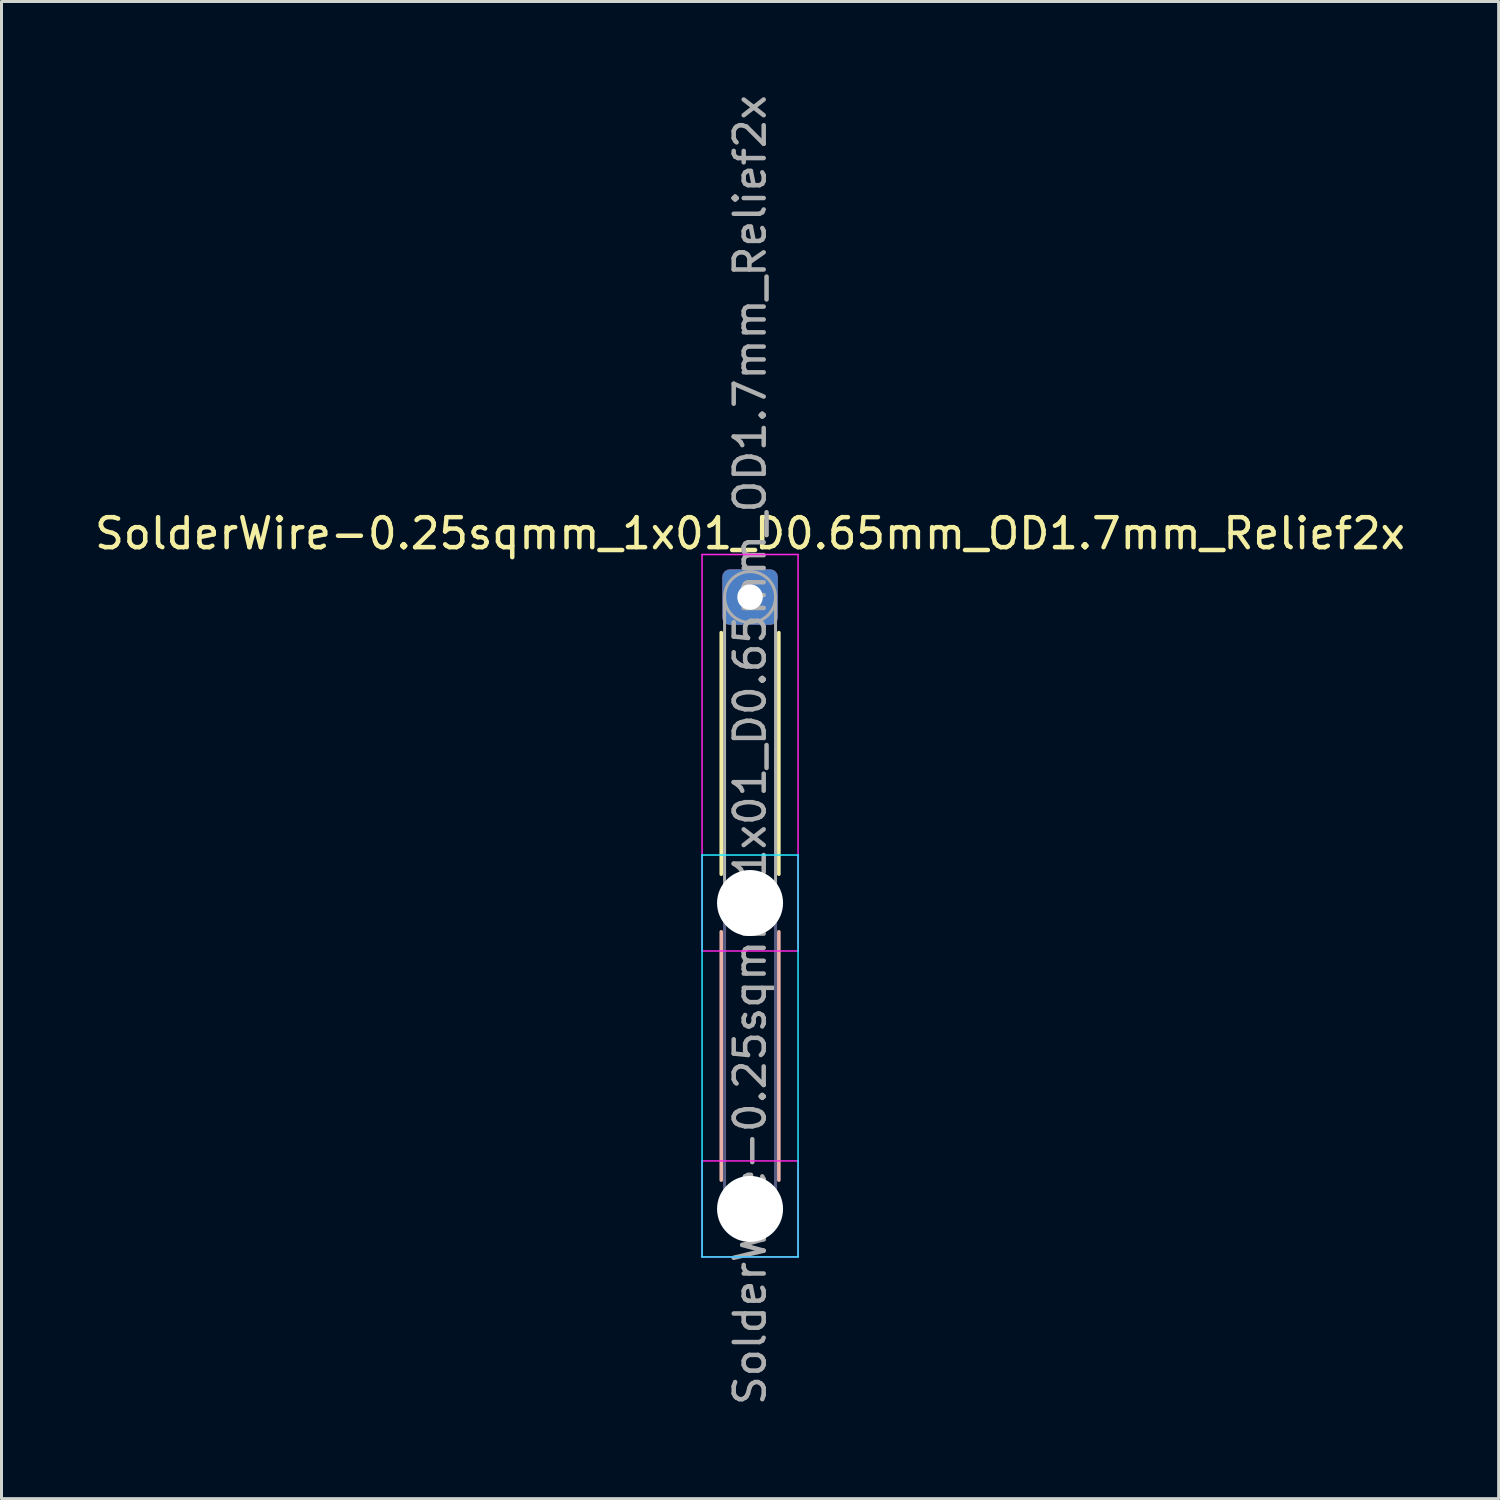
<source format=kicad_pcb>
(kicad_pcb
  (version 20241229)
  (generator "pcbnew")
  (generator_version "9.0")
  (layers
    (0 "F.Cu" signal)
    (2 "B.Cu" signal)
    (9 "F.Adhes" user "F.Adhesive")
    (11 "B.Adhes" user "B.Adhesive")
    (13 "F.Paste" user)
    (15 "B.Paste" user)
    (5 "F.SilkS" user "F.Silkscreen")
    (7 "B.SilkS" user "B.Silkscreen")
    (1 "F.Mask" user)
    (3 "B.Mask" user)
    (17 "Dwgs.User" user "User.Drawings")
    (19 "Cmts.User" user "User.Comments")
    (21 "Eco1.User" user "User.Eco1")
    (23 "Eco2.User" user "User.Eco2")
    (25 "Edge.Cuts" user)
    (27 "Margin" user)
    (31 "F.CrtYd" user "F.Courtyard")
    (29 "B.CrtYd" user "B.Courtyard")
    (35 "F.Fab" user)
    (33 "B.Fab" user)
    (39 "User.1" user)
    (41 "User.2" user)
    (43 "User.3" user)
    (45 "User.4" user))
  (footprint "SolderWire-0.25sqmm_1x01_D0.65mm_OD1.7mm_Relief2x"
    (layer "F.Cu")
    (at 21.958 16.858)
    (property "Reference" "SolderWire-0.25sqmm_1x01_D0.65mm_OD1.7mm_Relief2x" (at 0 -2.12 0) (layer "F.SilkS") (effects (font (size 1 1) (thickness 0.15))))
    (attr exclude_from_pos_files exclude_from_bom)
    (fp_line (start -0.96 1.185) (end -0.96 9.24) (stroke (width 0.12) (type solid)) (layer "F.SilkS"))
    (fp_line (start 0.96 1.185) (end 0.96 9.24) (stroke (width 0.12) (type solid)) (layer "F.SilkS"))
    (fp_line (start -0.96 11.16) (end -0.96 19.44) (stroke (width 0.12) (type solid)) (layer "B.SilkS"))
    (fp_line (start 0.96 11.16) (end 0.96 19.44) (stroke (width 0.12) (type solid)) (layer "B.SilkS"))
    (fp_line (start -1.6 8.6) (end -1.6 22) (stroke (width 0.05) (type solid)) (layer "B.CrtYd"))
    (fp_line (start -1.6 22) (end 1.6 22) (stroke (width 0.05) (type solid)) (layer "B.CrtYd"))
    (fp_line (start 1.6 8.6) (end -1.6 8.6) (stroke (width 0.05) (type solid)) (layer "B.CrtYd"))
    (fp_line (start 1.6 22) (end 1.6 8.6) (stroke (width 0.05) (type solid)) (layer "B.CrtYd"))
    (fp_line (start -1.6 -1.42) (end -1.6 11.8) (stroke (width 0.05) (type solid)) (layer "F.CrtYd"))
    (fp_line (start -1.6 11.8) (end 1.6 11.8) (stroke (width 0.05) (type solid)) (layer "F.CrtYd"))
    (fp_line (start -1.6 18.8) (end -1.6 22) (stroke (width 0.05) (type solid)) (layer "F.CrtYd"))
    (fp_line (start -1.6 22) (end 1.6 22) (stroke (width 0.05) (type solid)) (layer "F.CrtYd"))
    (fp_line (start 1.6 -1.42) (end -1.6 -1.42) (stroke (width 0.05) (type solid)) (layer "F.CrtYd"))
    (fp_line (start 1.6 11.8) (end 1.6 -1.42) (stroke (width 0.05) (type solid)) (layer "F.CrtYd"))
    (fp_line (start 1.6 18.8) (end -1.6 18.8) (stroke (width 0.05) (type solid)) (layer "F.CrtYd"))
    (fp_line (start 1.6 22) (end 1.6 18.8) (stroke (width 0.05) (type solid)) (layer "F.CrtYd"))
    (fp_line (start -0.85 10.2) (end -0.85 20.4) (stroke (width 0.1) (type solid)) (layer "B.Fab"))
    (fp_line (start 0.85 10.2) (end 0.85 20.4) (stroke (width 0.1) (type solid)) (layer "B.Fab"))
    (fp_circle (center 0 10.2) (end 0.85 10.2) (stroke (width 0.1) (type solid)) (fill no) (layer "B.Fab"))
    (fp_circle (center 0 20.4) (end 0.85 20.4) (stroke (width 0.1) (type solid)) (fill no) (layer "B.Fab"))
    (fp_line (start -0.85 0) (end -0.85 10.2) (stroke (width 0.1) (type solid)) (layer "F.Fab"))
    (fp_line (start 0.85 0) (end 0.85 10.2) (stroke (width 0.1) (type solid)) (layer "F.Fab"))
    (fp_circle (center 0 0) (end 0.85 0) (stroke (width 0.1) (type solid)) (fill no) (layer "F.Fab"))
    (fp_circle (center 0 10.2) (end 0.85 10.2) (stroke (width 0.1) (type solid)) (fill no) (layer "F.Fab"))
    (fp_circle (center 0 20.4) (end 0.85 20.4) (stroke (width 0.1) (type solid)) (fill no) (layer "F.Fab"))
    (fp_text user "${REFERENCE}" (at 0 5.1 90) (layer "F.Fab") (effects (font (size 1 1) (thickness 0.15))))
    (pad "" np_thru_hole circle (at 0 10.2) (size 2.2 2.2) (drill 2.2) (layers "*.Cu" "*.Mask"))
    (pad "" np_thru_hole circle (at 0 20.4) (size 2.2 2.2) (drill 2.2) (layers "*.Cu" "*.Mask"))
    (pad "1" thru_hole roundrect (at 0 0) (size 1.85 1.85) (drill 0.85) (layers "*.Cu" "*.Mask") (roundrect_rratio 0.135)))
  (gr_rect
    (start -3 -3)
    (end 46.917 46.917)
    (stroke (width 0.1) (type default))
    (fill no)
    (layer "Edge.Cuts")))
</source>
